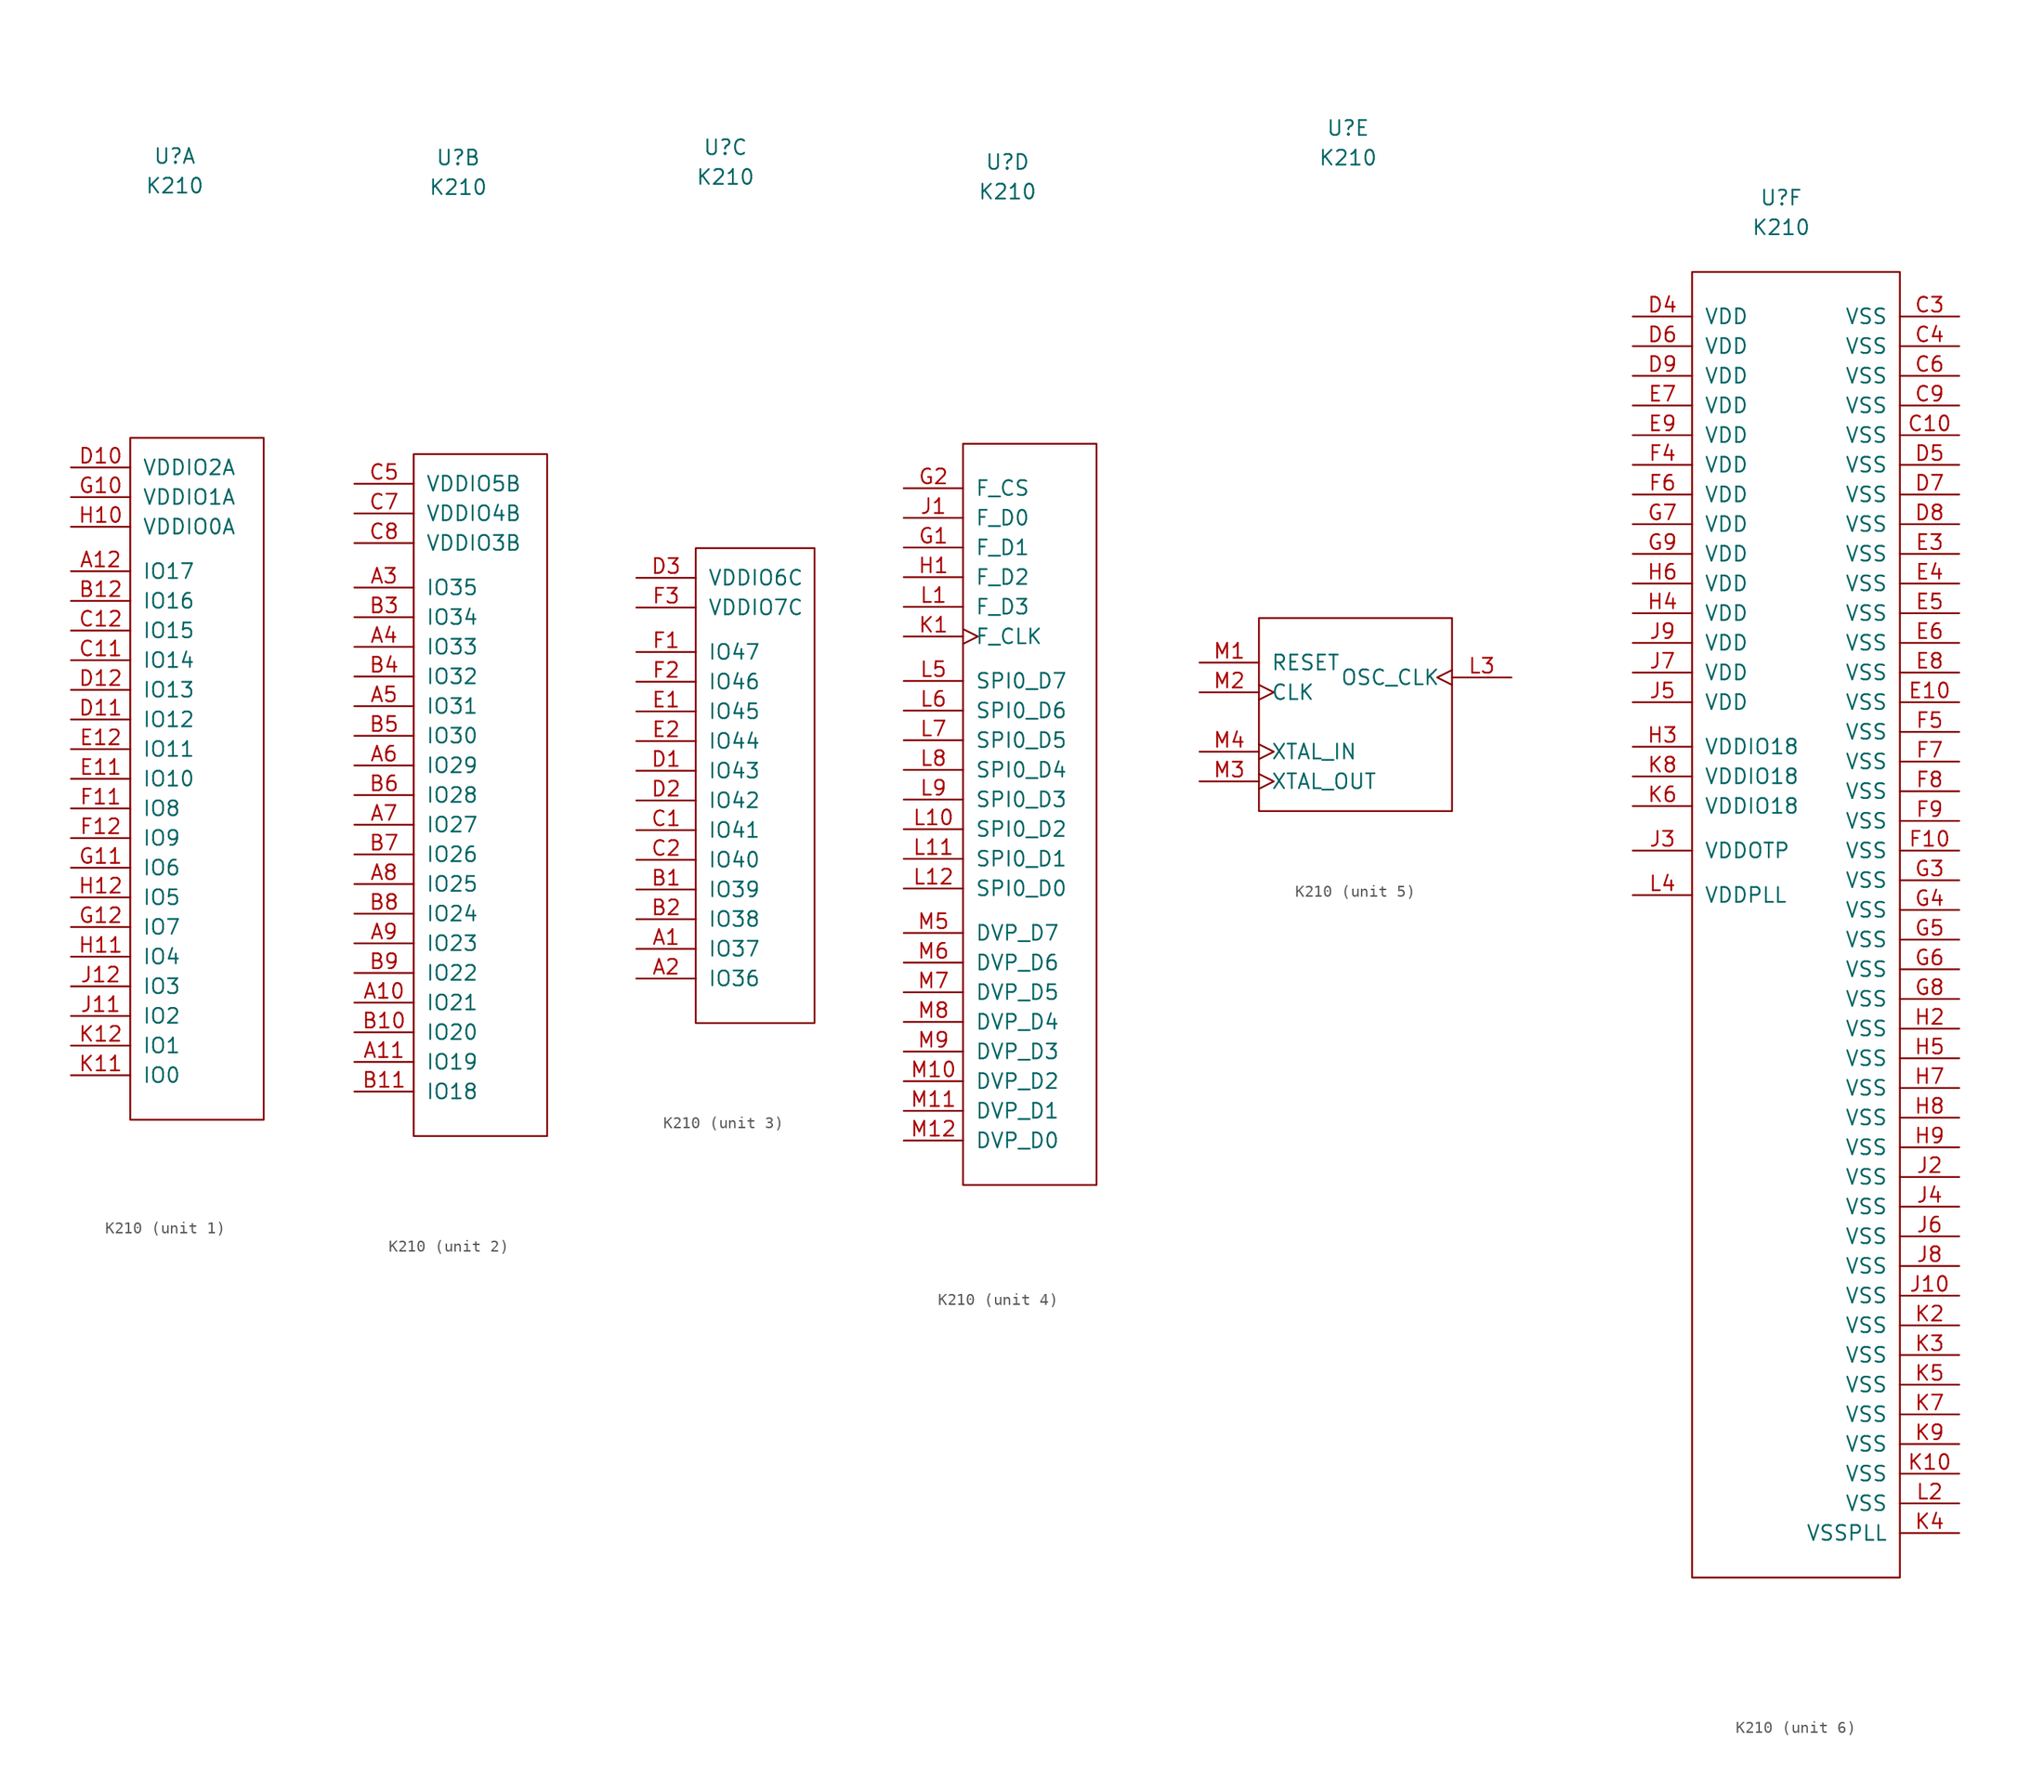
<source format=kicad_sym>
(kicad_symbol_lib
  (version 20220914)
  (generator kicad_symbol_editor)
  (symbol "K210"
    (pin_names
      (offset 1.016))
    (property "Reference" "U"
      (at -2.54 53.34 0)
      (effects (font (size 1.27 1.27))))
    (property "Value" "K210"
      (at -2.54 50.8 0)
      (effects (font (size 1.27 1.27))))
    (symbol "K210_1_1"
      (rectangle (start -6.35 29.21) (end 5.08 -29.21) (stroke (width 0) (type default)) (fill (type none)))
      (pin input line (at -11.43 17.78 0) (length 5.08) (name "IO17" (effects (font (size 1.27 1.27)))) (number "A12" (effects (font (size 1.27 1.27)))))
      (pin input line (at -11.43 15.24 0) (length 5.08) (name "IO16" (effects (font (size 1.27 1.27)))) (number "B12" (effects (font (size 1.27 1.27)))))
      (pin input line (at -11.43 10.16 0) (length 5.08) (name "IO14" (effects (font (size 1.27 1.27)))) (number "C11" (effects (font (size 1.27 1.27)))))
      (pin input line (at -11.43 12.7 0) (length 5.08) (name "IO15" (effects (font (size 1.27 1.27)))) (number "C12" (effects (font (size 1.27 1.27)))))
      (pin input line (at -11.43 26.67 0) (length 5.08) (name "VDDIO2A" (effects (font (size 1.27 1.27)))) (number "D10" (effects (font (size 1.27 1.27)))))
      (pin input line (at -11.43 5.08 0) (length 5.08) (name "IO12" (effects (font (size 1.27 1.27)))) (number "D11" (effects (font (size 1.27 1.27)))))
      (pin input line (at -11.43 7.62 0) (length 5.08) (name "IO13" (effects (font (size 1.27 1.27)))) (number "D12" (effects (font (size 1.27 1.27)))))
      (pin input line (at -11.43 0 0) (length 5.08) (name "IO10" (effects (font (size 1.27 1.27)))) (number "E11" (effects (font (size 1.27 1.27)))))
      (pin input line (at -11.43 2.54 0) (length 5.08) (name "IO11" (effects (font (size 1.27 1.27)))) (number "E12" (effects (font (size 1.27 1.27)))))
      (pin input line (at -11.43 -2.54 0) (length 5.08) (name "IO8" (effects (font (size 1.27 1.27)))) (number "F11" (effects (font (size 1.27 1.27)))))
      (pin input line (at -11.43 -5.08 0) (length 5.08) (name "IO9" (effects (font (size 1.27 1.27)))) (number "F12" (effects (font (size 1.27 1.27)))))
      (pin input line (at -11.43 24.13 0) (length 5.08) (name "VDDIO1A" (effects (font (size 1.27 1.27)))) (number "G10" (effects (font (size 1.27 1.27)))))
      (pin input line (at -11.43 -7.62 0) (length 5.08) (name "IO6" (effects (font (size 1.27 1.27)))) (number "G11" (effects (font (size 1.27 1.27)))))
      (pin input line (at -11.43 -12.7 0) (length 5.08) (name "IO7" (effects (font (size 1.27 1.27)))) (number "G12" (effects (font (size 1.27 1.27)))))
      (pin input line (at -11.43 21.59 0) (length 5.08) (name "VDDIO0A" (effects (font (size 1.27 1.27)))) (number "H10" (effects (font (size 1.27 1.27)))))
      (pin input line (at -11.43 -15.24 0) (length 5.08) (name "IO4" (effects (font (size 1.27 1.27)))) (number "H11" (effects (font (size 1.27 1.27)))))
      (pin input line (at -11.43 -10.16 0) (length 5.08) (name "IO5" (effects (font (size 1.27 1.27)))) (number "H12" (effects (font (size 1.27 1.27)))))
      (pin input line (at -11.43 -20.32 0) (length 5.08) (name "IO2" (effects (font (size 1.27 1.27)))) (number "J11" (effects (font (size 1.27 1.27)))))
      (pin input line (at -11.43 -17.78 0) (length 5.08) (name "IO3" (effects (font (size 1.27 1.27)))) (number "J12" (effects (font (size 1.27 1.27)))))
      (pin input line (at -11.43 -25.4 0) (length 5.08) (name "IO0" (effects (font (size 1.27 1.27)))) (number "K11" (effects (font (size 1.27 1.27)))))
      (pin input line (at -11.43 -22.86 0) (length 5.08) (name "IO1" (effects (font (size 1.27 1.27)))) (number "K12" (effects (font (size 1.27 1.27))))))
    (symbol "K210_2_1"
      (rectangle (start -6.35 27.94) (end 5.08 -30.48) (stroke (width 0) (type default)) (fill (type none)))
      (pin input line (at -11.43 -19.05 0) (length 5.08) (name "IO21" (effects (font (size 1.27 1.27)))) (number "A10" (effects (font (size 1.27 1.27)))))
      (pin input line (at -11.43 -24.13 0) (length 5.08) (name "IO19" (effects (font (size 1.27 1.27)))) (number "A11" (effects (font (size 1.27 1.27)))))
      (pin input line (at -11.43 16.51 0) (length 5.08) (name "IO35" (effects (font (size 1.27 1.27)))) (number "A3" (effects (font (size 1.27 1.27)))))
      (pin input line (at -11.43 11.43 0) (length 5.08) (name "IO33" (effects (font (size 1.27 1.27)))) (number "A4" (effects (font (size 1.27 1.27)))))
      (pin input line (at -11.43 6.35 0) (length 5.08) (name "IO31" (effects (font (size 1.27 1.27)))) (number "A5" (effects (font (size 1.27 1.27)))))
      (pin input line (at -11.43 1.27 0) (length 5.08) (name "IO29" (effects (font (size 1.27 1.27)))) (number "A6" (effects (font (size 1.27 1.27)))))
      (pin input line (at -11.43 -3.81 0) (length 5.08) (name "IO27" (effects (font (size 1.27 1.27)))) (number "A7" (effects (font (size 1.27 1.27)))))
      (pin input line (at -11.43 -8.89 0) (length 5.08) (name "IO25" (effects (font (size 1.27 1.27)))) (number "A8" (effects (font (size 1.27 1.27)))))
      (pin input line (at -11.43 -13.97 0) (length 5.08) (name "IO23" (effects (font (size 1.27 1.27)))) (number "A9" (effects (font (size 1.27 1.27)))))
      (pin input line (at -11.43 -21.59 0) (length 5.08) (name "IO20" (effects (font (size 1.27 1.27)))) (number "B10" (effects (font (size 1.27 1.27)))))
      (pin input line (at -11.43 -26.67 0) (length 5.08) (name "IO18" (effects (font (size 1.27 1.27)))) (number "B11" (effects (font (size 1.27 1.27)))))
      (pin input line (at -11.43 13.97 0) (length 5.08) (name "IO34" (effects (font (size 1.27 1.27)))) (number "B3" (effects (font (size 1.27 1.27)))))
      (pin input line (at -11.43 8.89 0) (length 5.08) (name "IO32" (effects (font (size 1.27 1.27)))) (number "B4" (effects (font (size 1.27 1.27)))))
      (pin input line (at -11.43 3.81 0) (length 5.08) (name "IO30" (effects (font (size 1.27 1.27)))) (number "B5" (effects (font (size 1.27 1.27)))))
      (pin input line (at -11.43 -1.27 0) (length 5.08) (name "IO28" (effects (font (size 1.27 1.27)))) (number "B6" (effects (font (size 1.27 1.27)))))
      (pin input line (at -11.43 -6.35 0) (length 5.08) (name "IO26" (effects (font (size 1.27 1.27)))) (number "B7" (effects (font (size 1.27 1.27)))))
      (pin input line (at -11.43 -11.43 0) (length 5.08) (name "IO24" (effects (font (size 1.27 1.27)))) (number "B8" (effects (font (size 1.27 1.27)))))
      (pin input line (at -11.43 -16.51 0) (length 5.08) (name "IO22" (effects (font (size 1.27 1.27)))) (number "B9" (effects (font (size 1.27 1.27)))))
      (pin input line (at -11.43 25.4 0) (length 5.08) (name "VDDIO5B" (effects (font (size 1.27 1.27)))) (number "C5" (effects (font (size 1.27 1.27)))))
      (pin input line (at -11.43 22.86 0) (length 5.08) (name "VDDIO4B" (effects (font (size 1.27 1.27)))) (number "C7" (effects (font (size 1.27 1.27)))))
      (pin input line (at -11.43 20.32 0) (length 5.08) (name "VDDIO3B" (effects (font (size 1.27 1.27)))) (number "C8" (effects (font (size 1.27 1.27))))))
    (symbol "K210_3_1"
      (rectangle (start -5.08 19.05) (end 5.08 -21.59) (stroke (width 0) (type default)) (fill (type none)))
      (pin input line (at -10.16 -15.24 0) (length 5.08) (name "IO37" (effects (font (size 1.27 1.27)))) (number "A1" (effects (font (size 1.27 1.27)))))
      (pin input line (at -10.16 -17.78 0) (length 5.08) (name "IO36" (effects (font (size 1.27 1.27)))) (number "A2" (effects (font (size 1.27 1.27)))))
      (pin input line (at -10.16 -10.16 0) (length 5.08) (name "IO39" (effects (font (size 1.27 1.27)))) (number "B1" (effects (font (size 1.27 1.27)))))
      (pin input line (at -10.16 -12.7 0) (length 5.08) (name "IO38" (effects (font (size 1.27 1.27)))) (number "B2" (effects (font (size 1.27 1.27)))))
      (pin input line (at -10.16 -5.08 0) (length 5.08) (name "IO41" (effects (font (size 1.27 1.27)))) (number "C1" (effects (font (size 1.27 1.27)))))
      (pin input line (at -10.16 -7.62 0) (length 5.08) (name "IO40" (effects (font (size 1.27 1.27)))) (number "C2" (effects (font (size 1.27 1.27)))))
      (pin input line (at -10.16 0 0) (length 5.08) (name "IO43" (effects (font (size 1.27 1.27)))) (number "D1" (effects (font (size 1.27 1.27)))))
      (pin input line (at -10.16 -2.54 0) (length 5.08) (name "IO42" (effects (font (size 1.27 1.27)))) (number "D2" (effects (font (size 1.27 1.27)))))
      (pin input line (at -10.16 16.51 0) (length 5.08) (name "VDDIO6C" (effects (font (size 1.27 1.27)))) (number "D3" (effects (font (size 1.27 1.27)))))
      (pin input line (at -10.16 5.08 0) (length 5.08) (name "IO45" (effects (font (size 1.27 1.27)))) (number "E1" (effects (font (size 1.27 1.27)))))
      (pin input line (at -10.16 2.54 0) (length 5.08) (name "IO44" (effects (font (size 1.27 1.27)))) (number "E2" (effects (font (size 1.27 1.27)))))
      (pin input line (at -10.16 10.16 0) (length 5.08) (name "IO47" (effects (font (size 1.27 1.27)))) (number "F1" (effects (font (size 1.27 1.27)))))
      (pin input line (at -10.16 7.62 0) (length 5.08) (name "IO46" (effects (font (size 1.27 1.27)))) (number "F2" (effects (font (size 1.27 1.27)))))
      (pin input line (at -10.16 13.97 0) (length 5.08) (name "VDDIO7C" (effects (font (size 1.27 1.27)))) (number "F3" (effects (font (size 1.27 1.27))))))
    (symbol "K210_4_1"
      (rectangle (start -6.35 29.21) (end 5.08 -34.29) (stroke (width 0) (type default)) (fill (type none)))
      (pin input line (at -11.43 20.32 0) (length 5.08) (name "F_D1" (effects (font (size 1.27 1.27)))) (number "G1" (effects (font (size 1.27 1.27)))))
      (pin input line (at -11.43 25.4 0) (length 5.08) (name "F_CS" (effects (font (size 1.27 1.27)))) (number "G2" (effects (font (size 1.27 1.27)))))
      (pin input line (at -11.43 17.78 0) (length 5.08) (name "F_D2" (effects (font (size 1.27 1.27)))) (number "H1" (effects (font (size 1.27 1.27)))))
      (pin input line (at -11.43 22.86 0) (length 5.08) (name "F_D0" (effects (font (size 1.27 1.27)))) (number "J1" (effects (font (size 1.27 1.27)))))
      (pin output clock (at -11.43 12.7 0) (length 5.08) (name "F_CLK" (effects (font (size 1.27 1.27)))) (number "K1" (effects (font (size 1.27 1.27)))))
      (pin input line (at -11.43 15.24 0) (length 5.08) (name "F_D3" (effects (font (size 1.27 1.27)))) (number "L1" (effects (font (size 1.27 1.27)))))
      (pin output line (at -11.43 -3.81 0) (length 5.08) (name "SPI0_D2" (effects (font (size 1.27 1.27)))) (number "L10" (effects (font (size 1.27 1.27)))))
      (pin output line (at -11.43 -6.35 0) (length 5.08) (name "SPI0_D1" (effects (font (size 1.27 1.27)))) (number "L11" (effects (font (size 1.27 1.27)))))
      (pin output line (at -11.43 -8.89 0) (length 5.08) (name "SPI0_D0" (effects (font (size 1.27 1.27)))) (number "L12" (effects (font (size 1.27 1.27)))))
      (pin output line (at -11.43 8.89 0) (length 5.08) (name "SPI0_D7" (effects (font (size 1.27 1.27)))) (number "L5" (effects (font (size 1.27 1.27)))))
      (pin output line (at -11.43 6.35 0) (length 5.08) (name "SPI0_D6" (effects (font (size 1.27 1.27)))) (number "L6" (effects (font (size 1.27 1.27)))))
      (pin output line (at -11.43 3.81 0) (length 5.08) (name "SPI0_D5" (effects (font (size 1.27 1.27)))) (number "L7" (effects (font (size 1.27 1.27)))))
      (pin output line (at -11.43 1.27 0) (length 5.08) (name "SPI0_D4" (effects (font (size 1.27 1.27)))) (number "L8" (effects (font (size 1.27 1.27)))))
      (pin output line (at -11.43 -1.27 0) (length 5.08) (name "SPI0_D3" (effects (font (size 1.27 1.27)))) (number "L9" (effects (font (size 1.27 1.27)))))
      (pin input line (at -11.43 -25.4 0) (length 5.08) (name "DVP_D2" (effects (font (size 1.27 1.27)))) (number "M10" (effects (font (size 1.27 1.27)))))
      (pin input line (at -11.43 -27.94 0) (length 5.08) (name "DVP_D1" (effects (font (size 1.27 1.27)))) (number "M11" (effects (font (size 1.27 1.27)))))
      (pin input line (at -11.43 -30.48 0) (length 5.08) (name "DVP_D0" (effects (font (size 1.27 1.27)))) (number "M12" (effects (font (size 1.27 1.27)))))
      (pin input line (at -11.43 -12.7 0) (length 5.08) (name "DVP_D7" (effects (font (size 1.27 1.27)))) (number "M5" (effects (font (size 1.27 1.27)))))
      (pin input line (at -11.43 -15.24 0) (length 5.08) (name "DVP_D6" (effects (font (size 1.27 1.27)))) (number "M6" (effects (font (size 1.27 1.27)))))
      (pin input line (at -11.43 -17.78 0) (length 5.08) (name "DVP_D5" (effects (font (size 1.27 1.27)))) (number "M7" (effects (font (size 1.27 1.27)))))
      (pin input line (at -11.43 -20.32 0) (length 5.08) (name "DVP_D4" (effects (font (size 1.27 1.27)))) (number "M8" (effects (font (size 1.27 1.27)))))
      (pin input line (at -11.43 -22.86 0) (length 5.08) (name "DVP_D3" (effects (font (size 1.27 1.27)))) (number "M9" (effects (font (size 1.27 1.27))))))
    (symbol "K210_5_1"
      (rectangle (start -10.16 11.43) (end 6.35 -5.08) (stroke (width 0) (type default)) (fill (type none)))
      (pin output clock (at 11.43 6.35 180) (length 5.08) (name "OSC_CLK" (effects (font (size 1.27 1.27)))) (number "L3" (effects (font (size 1.27 1.27)))))
      (pin input line (at -15.24 7.62 0) (length 5.08) (name "RESET" (effects (font (size 1.27 1.27)))) (number "M1" (effects (font (size 1.27 1.27)))))
      (pin input clock (at -15.24 5.08 0) (length 5.08) (name "CLK" (effects (font (size 1.27 1.27)))) (number "M2" (effects (font (size 1.27 1.27)))))
      (pin output clock (at -15.24 -2.54 0) (length 5.08) (name "XTAL_OUT" (effects (font (size 1.27 1.27)))) (number "M3" (effects (font (size 1.27 1.27)))))
      (pin input clock (at -15.24 0 0) (length 5.08) (name "XTAL_IN" (effects (font (size 1.27 1.27)))) (number "M4" (effects (font (size 1.27 1.27))))))
    (symbol "K210_6_1"
      (rectangle (start -10.16 46.99) (end 7.62 -64.77) (stroke (width 0) (type default)) (fill (type none)))
      (pin power_in line (at 12.7 33.02 180) (length 5.08) (name "VSS" (effects (font (size 1.27 1.27)))) (number "C10" (effects (font (size 1.27 1.27)))))
      (pin power_in line (at 12.7 43.18 180) (length 5.08) (name "VSS" (effects (font (size 1.27 1.27)))) (number "C3" (effects (font (size 1.27 1.27)))))
      (pin power_in line (at 12.7 40.64 180) (length 5.08) (name "VSS" (effects (font (size 1.27 1.27)))) (number "C4" (effects (font (size 1.27 1.27)))))
      (pin power_in line (at 12.7 38.1 180) (length 5.08) (name "VSS" (effects (font (size 1.27 1.27)))) (number "C6" (effects (font (size 1.27 1.27)))))
      (pin power_in line (at 12.7 35.56 180) (length 5.08) (name "VSS" (effects (font (size 1.27 1.27)))) (number "C9" (effects (font (size 1.27 1.27)))))
      (pin power_in line (at -15.24 43.18 0) (length 5.08) (name "VDD" (effects (font (size 1.27 1.27)))) (number "D4" (effects (font (size 1.27 1.27)))))
      (pin power_in line (at 12.7 30.48 180) (length 5.08) (name "VSS" (effects (font (size 1.27 1.27)))) (number "D5" (effects (font (size 1.27 1.27)))))
      (pin power_in line (at -15.24 40.64 0) (length 5.08) (name "VDD" (effects (font (size 1.27 1.27)))) (number "D6" (effects (font (size 1.27 1.27)))))
      (pin power_in line (at 12.7 27.94 180) (length 5.08) (name "VSS" (effects (font (size 1.27 1.27)))) (number "D7" (effects (font (size 1.27 1.27)))))
      (pin power_in line (at 12.7 25.4 180) (length 5.08) (name "VSS" (effects (font (size 1.27 1.27)))) (number "D8" (effects (font (size 1.27 1.27)))))
      (pin power_in line (at -15.24 38.1 0) (length 5.08) (name "VDD" (effects (font (size 1.27 1.27)))) (number "D9" (effects (font (size 1.27 1.27)))))
      (pin power_in line (at 12.7 10.16 180) (length 5.08) (name "VSS" (effects (font (size 1.27 1.27)))) (number "E10" (effects (font (size 1.27 1.27)))))
      (pin power_in line (at 12.7 22.86 180) (length 5.08) (name "VSS" (effects (font (size 1.27 1.27)))) (number "E3" (effects (font (size 1.27 1.27)))))
      (pin power_in line (at 12.7 20.32 180) (length 5.08) (name "VSS" (effects (font (size 1.27 1.27)))) (number "E4" (effects (font (size 1.27 1.27)))))
      (pin power_in line (at 12.7 17.78 180) (length 5.08) (name "VSS" (effects (font (size 1.27 1.27)))) (number "E5" (effects (font (size 1.27 1.27)))))
      (pin power_in line (at 12.7 15.24 180) (length 5.08) (name "VSS" (effects (font (size 1.27 1.27)))) (number "E6" (effects (font (size 1.27 1.27)))))
      (pin power_in line (at -15.24 35.56 0) (length 5.08) (name "VDD" (effects (font (size 1.27 1.27)))) (number "E7" (effects (font (size 1.27 1.27)))))
      (pin power_in line (at 12.7 12.7 180) (length 5.08) (name "VSS" (effects (font (size 1.27 1.27)))) (number "E8" (effects (font (size 1.27 1.27)))))
      (pin power_in line (at -15.24 33.02 0) (length 5.08) (name "VDD" (effects (font (size 1.27 1.27)))) (number "E9" (effects (font (size 1.27 1.27)))))
      (pin power_in line (at 12.7 -2.54 180) (length 5.08) (name "VSS" (effects (font (size 1.27 1.27)))) (number "F10" (effects (font (size 1.27 1.27)))))
      (pin power_in line (at -15.24 30.48 0) (length 5.08) (name "VDD" (effects (font (size 1.27 1.27)))) (number "F4" (effects (font (size 1.27 1.27)))))
      (pin power_in line (at 12.7 7.62 180) (length 5.08) (name "VSS" (effects (font (size 1.27 1.27)))) (number "F5" (effects (font (size 1.27 1.27)))))
      (pin power_in line (at -15.24 27.94 0) (length 5.08) (name "VDD" (effects (font (size 1.27 1.27)))) (number "F6" (effects (font (size 1.27 1.27)))))
      (pin power_in line (at 12.7 5.08 180) (length 5.08) (name "VSS" (effects (font (size 1.27 1.27)))) (number "F7" (effects (font (size 1.27 1.27)))))
      (pin power_in line (at 12.7 2.54 180) (length 5.08) (name "VSS" (effects (font (size 1.27 1.27)))) (number "F8" (effects (font (size 1.27 1.27)))))
      (pin power_in line (at 12.7 0 180) (length 5.08) (name "VSS" (effects (font (size 1.27 1.27)))) (number "F9" (effects (font (size 1.27 1.27)))))
      (pin power_in line (at 12.7 -5.08 180) (length 5.08) (name "VSS" (effects (font (size 1.27 1.27)))) (number "G3" (effects (font (size 1.27 1.27)))))
      (pin power_in line (at 12.7 -7.62 180) (length 5.08) (name "VSS" (effects (font (size 1.27 1.27)))) (number "G4" (effects (font (size 1.27 1.27)))))
      (pin power_in line (at 12.7 -10.16 180) (length 5.08) (name "VSS" (effects (font (size 1.27 1.27)))) (number "G5" (effects (font (size 1.27 1.27)))))
      (pin power_in line (at 12.7 -12.7 180) (length 5.08) (name "VSS" (effects (font (size 1.27 1.27)))) (number "G6" (effects (font (size 1.27 1.27)))))
      (pin power_in line (at -15.24 25.4 0) (length 5.08) (name "VDD" (effects (font (size 1.27 1.27)))) (number "G7" (effects (font (size 1.27 1.27)))))
      (pin power_in line (at 12.7 -15.24 180) (length 5.08) (name "VSS" (effects (font (size 1.27 1.27)))) (number "G8" (effects (font (size 1.27 1.27)))))
      (pin power_in line (at -15.24 22.86 0) (length 5.08) (name "VDD" (effects (font (size 1.27 1.27)))) (number "G9" (effects (font (size 1.27 1.27)))))
      (pin power_in line (at 12.7 -17.78 180) (length 5.08) (name "VSS" (effects (font (size 1.27 1.27)))) (number "H2" (effects (font (size 1.27 1.27)))))
      (pin power_in line (at -15.24 6.35 0) (length 5.08) (name "VDDIO18" (effects (font (size 1.27 1.27)))) (number "H3" (effects (font (size 1.27 1.27)))))
      (pin power_in line (at -15.24 17.78 0) (length 5.08) (name "VDD" (effects (font (size 1.27 1.27)))) (number "H4" (effects (font (size 1.27 1.27)))))
      (pin power_in line (at 12.7 -20.32 180) (length 5.08) (name "VSS" (effects (font (size 1.27 1.27)))) (number "H5" (effects (font (size 1.27 1.27)))))
      (pin power_in line (at -15.24 20.32 0) (length 5.08) (name "VDD" (effects (font (size 1.27 1.27)))) (number "H6" (effects (font (size 1.27 1.27)))))
      (pin power_in line (at 12.7 -22.86 180) (length 5.08) (name "VSS" (effects (font (size 1.27 1.27)))) (number "H7" (effects (font (size 1.27 1.27)))))
      (pin power_in line (at 12.7 -25.4 180) (length 5.08) (name "VSS" (effects (font (size 1.27 1.27)))) (number "H8" (effects (font (size 1.27 1.27)))))
      (pin power_in line (at 12.7 -27.94 180) (length 5.08) (name "VSS" (effects (font (size 1.27 1.27)))) (number "H9" (effects (font (size 1.27 1.27)))))
      (pin power_in line (at 12.7 -40.64 180) (length 5.08) (name "VSS" (effects (font (size 1.27 1.27)))) (number "J10" (effects (font (size 1.27 1.27)))))
      (pin power_in line (at 12.7 -30.48 180) (length 5.08) (name "VSS" (effects (font (size 1.27 1.27)))) (number "J2" (effects (font (size 1.27 1.27)))))
      (pin power_in line (at -15.24 -2.54 0) (length 5.08) (name "VDDOTP" (effects (font (size 1.27 1.27)))) (number "J3" (effects (font (size 1.27 1.27)))))
      (pin power_in line (at 12.7 -33.02 180) (length 5.08) (name "VSS" (effects (font (size 1.27 1.27)))) (number "J4" (effects (font (size 1.27 1.27)))))
      (pin power_in line (at -15.24 10.16 0) (length 5.08) (name "VDD" (effects (font (size 1.27 1.27)))) (number "J5" (effects (font (size 1.27 1.27)))))
      (pin power_in line (at 12.7 -35.56 180) (length 5.08) (name "VSS" (effects (font (size 1.27 1.27)))) (number "J6" (effects (font (size 1.27 1.27)))))
      (pin power_in line (at -15.24 12.7 0) (length 5.08) (name "VDD" (effects (font (size 1.27 1.27)))) (number "J7" (effects (font (size 1.27 1.27)))))
      (pin power_in line (at 12.7 -38.1 180) (length 5.08) (name "VSS" (effects (font (size 1.27 1.27)))) (number "J8" (effects (font (size 1.27 1.27)))))
      (pin power_in line (at -15.24 15.24 0) (length 5.08) (name "VDD" (effects (font (size 1.27 1.27)))) (number "J9" (effects (font (size 1.27 1.27)))))
      (pin power_in line (at 12.7 -55.88 180) (length 5.08) (name "VSS" (effects (font (size 1.27 1.27)))) (number "K10" (effects (font (size 1.27 1.27)))))
      (pin power_in line (at 12.7 -43.18 180) (length 5.08) (name "VSS" (effects (font (size 1.27 1.27)))) (number "K2" (effects (font (size 1.27 1.27)))))
      (pin power_in line (at 12.7 -45.72 180) (length 5.08) (name "VSS" (effects (font (size 1.27 1.27)))) (number "K3" (effects (font (size 1.27 1.27)))))
      (pin power_in line (at 12.7 -60.96 180) (length 5.08) (name "VSSPLL" (effects (font (size 1.27 1.27)))) (number "K4" (effects (font (size 1.27 1.27)))))
      (pin power_in line (at 12.7 -48.26 180) (length 5.08) (name "VSS" (effects (font (size 1.27 1.27)))) (number "K5" (effects (font (size 1.27 1.27)))))
      (pin power_in line (at -15.24 1.27 0) (length 5.08) (name "VDDIO18" (effects (font (size 1.27 1.27)))) (number "K6" (effects (font (size 1.27 1.27)))))
      (pin power_in line (at 12.7 -50.8 180) (length 5.08) (name "VSS" (effects (font (size 1.27 1.27)))) (number "K7" (effects (font (size 1.27 1.27)))))
      (pin power_in line (at -15.24 3.81 0) (length 5.08) (name "VDDIO18" (effects (font (size 1.27 1.27)))) (number "K8" (effects (font (size 1.27 1.27)))))
      (pin power_in line (at 12.7 -53.34 180) (length 5.08) (name "VSS" (effects (font (size 1.27 1.27)))) (number "K9" (effects (font (size 1.27 1.27)))))
      (pin power_in line (at 12.7 -58.42 180) (length 5.08) (name "VSS" (effects (font (size 1.27 1.27)))) (number "L2" (effects (font (size 1.27 1.27)))))
      (pin power_in line (at -15.24 -6.35 0) (length 5.08) (name "VDDPLL" (effects (font (size 1.27 1.27)))) (number "L4" (effects (font (size 1.27 1.27))))))))
</source>
